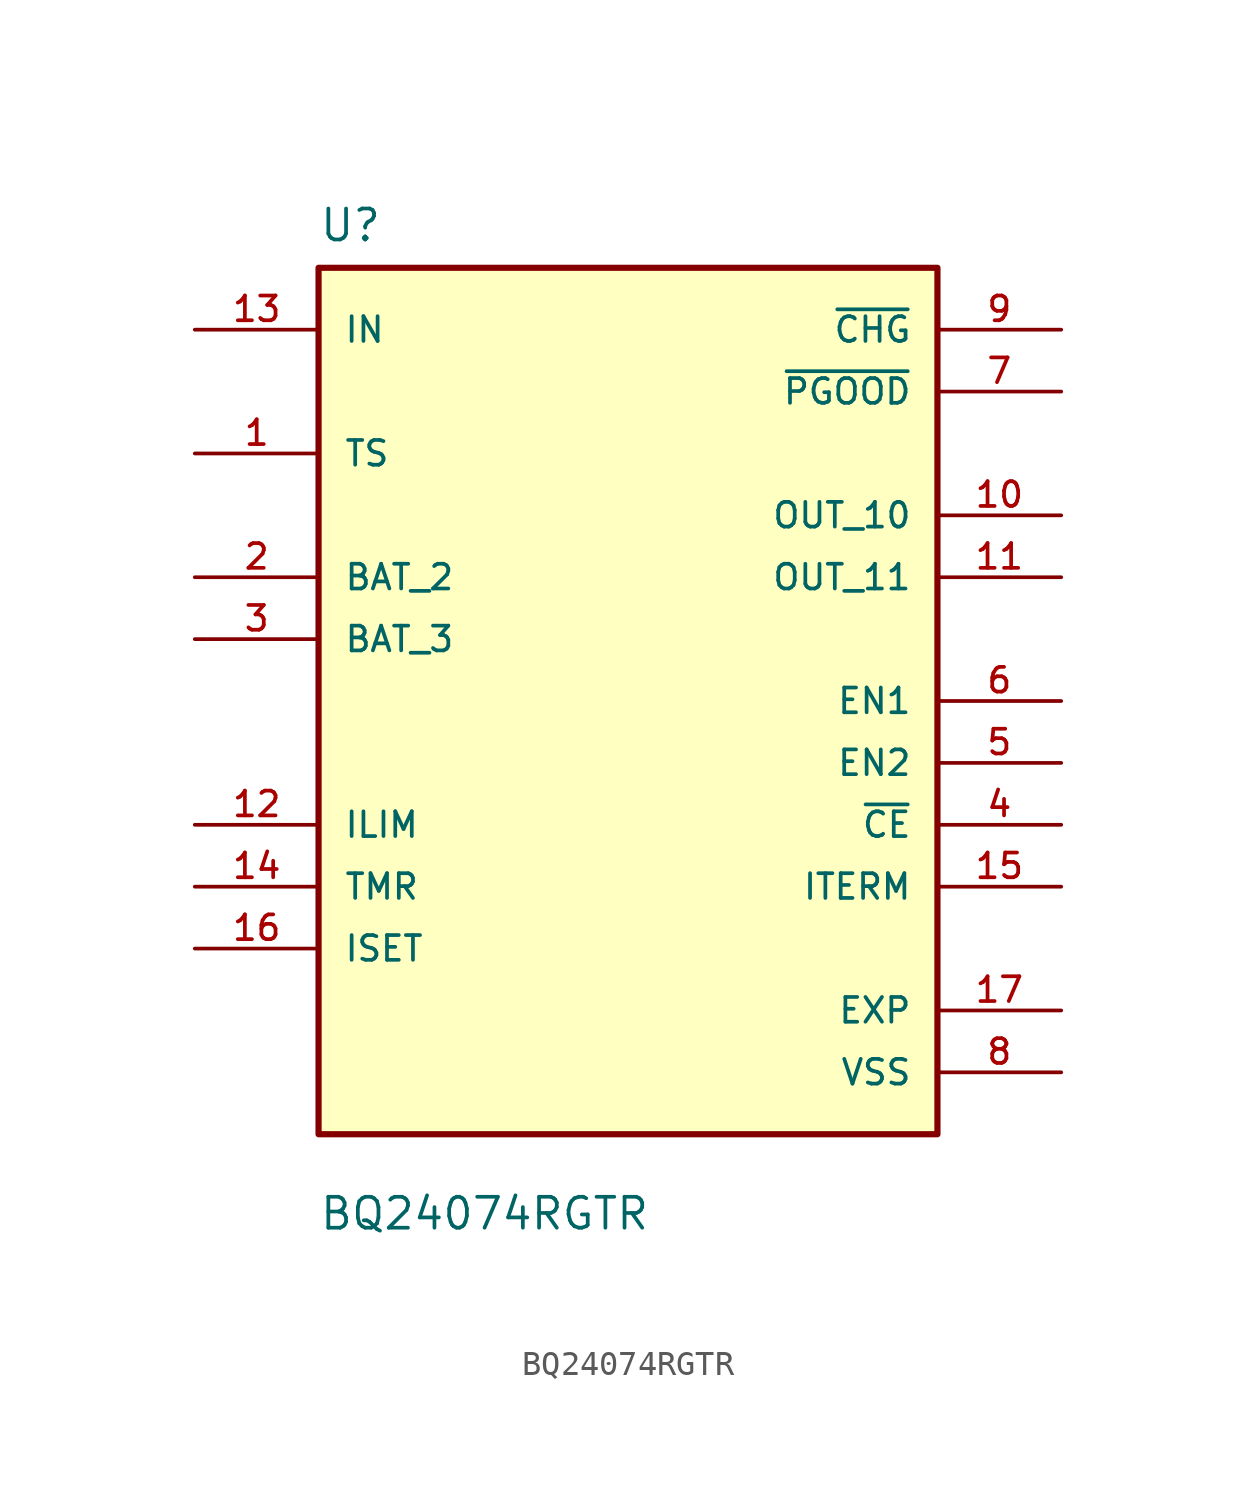
<source format=kicad_sym>
(kicad_symbol_lib
  (version 20211014)
  (generator kicad_symbol_editor)
  (symbol "BQ24074RGTR"
    (pin_names
      (offset 1.016))
    (property "Reference" "U"
      (at -12.7 18.78 0.0)
      (effects (font (size 1.27 1.27)) (justify bottom left)))
    (property "Value" "BQ24074RGTR"
      (at -12.7 -21.78 0.0)
      (effects (font (size 1.27 1.27)) (justify bottom left)))
    (symbol "BQ24074RGTR_0_0"
      (rectangle (start -12.7 -17.78) (end 12.7 17.78) (stroke (width 0.254)) (fill (type background)))
      (pin input line (at 17.78 -5.08 180.0) (length 5.08) (name "~{CE}" (effects (font (size 1.016 1.016)))) (number "4" (effects (font (size 1.016 1.016)))))
      (pin input line (at 17.78 0.0 180.0) (length 5.08) (name "EN1" (effects (font (size 1.016 1.016)))) (number "6" (effects (font (size 1.016 1.016)))))
      (pin input line (at 17.78 -2.54 180.0) (length 5.08) (name "EN2" (effects (font (size 1.016 1.016)))) (number "5" (effects (font (size 1.016 1.016)))))
      (pin input line (at -17.78 15.24 0) (length 5.08) (name "IN" (effects (font (size 1.016 1.016)))) (number "13" (effects (font (size 1.016 1.016)))))
      (pin input line (at 17.78 -7.62 180.0) (length 5.08) (name "ITERM" (effects (font (size 1.016 1.016)))) (number "15" (effects (font (size 1.016 1.016)))))
      (pin bidirectional line (at -17.78 5.08 0) (length 5.08) (name "BAT_2" (effects (font (size 1.016 1.016)))) (number "2" (effects (font (size 1.016 1.016)))))
      (pin bidirectional line (at -17.78 2.54 0) (length 5.08) (name "BAT_3" (effects (font (size 1.016 1.016)))) (number "3" (effects (font (size 1.016 1.016)))))
      (pin input line (at -17.78 -5.08 0) (length 5.08) (name "ILIM" (effects (font (size 1.016 1.016)))) (number "12" (effects (font (size 1.016 1.016)))))
      (pin bidirectional line (at -17.78 -10.16 0) (length 5.08) (name "ISET" (effects (font (size 1.016 1.016)))) (number "16" (effects (font (size 1.016 1.016)))))
      (pin output line (at 17.78 15.24 180.0) (length 5.08) (name "~{CHG}" (effects (font (size 1.016 1.016)))) (number "9" (effects (font (size 1.016 1.016)))))
      (pin output line (at 17.78 7.62 180.0) (length 5.08) (name "OUT_10" (effects (font (size 1.016 1.016)))) (number "10" (effects (font (size 1.016 1.016)))))
      (pin output line (at 17.78 5.08 180.0) (length 5.08) (name "OUT_11" (effects (font (size 1.016 1.016)))) (number "11" (effects (font (size 1.016 1.016)))))
      (pin output line (at 17.78 12.7 180.0) (length 5.08) (name "~{PGOOD}" (effects (font (size 1.016 1.016)))) (number "7" (effects (font (size 1.016 1.016)))))
      (pin power_in line (at 17.78 -15.24 180.0) (length 5.08) (name "VSS" (effects (font (size 1.016 1.016)))) (number "8" (effects (font (size 1.016 1.016)))))
      (pin input line (at -17.78 10.16 0) (length 5.08) (name "TS" (effects (font (size 1.016 1.016)))) (number "1" (effects (font (size 1.016 1.016)))))
      (pin input line (at -17.78 -7.62 0) (length 5.08) (name "TMR" (effects (font (size 1.016 1.016)))) (number "14" (effects (font (size 1.016 1.016)))))
      (pin power_in line (at 17.78 -12.7 180.0) (length 5.08) (name "EXP" (effects (font (size 1.016 1.016)))) (number "17" (effects (font (size 1.016 1.016))))))))
</source>
